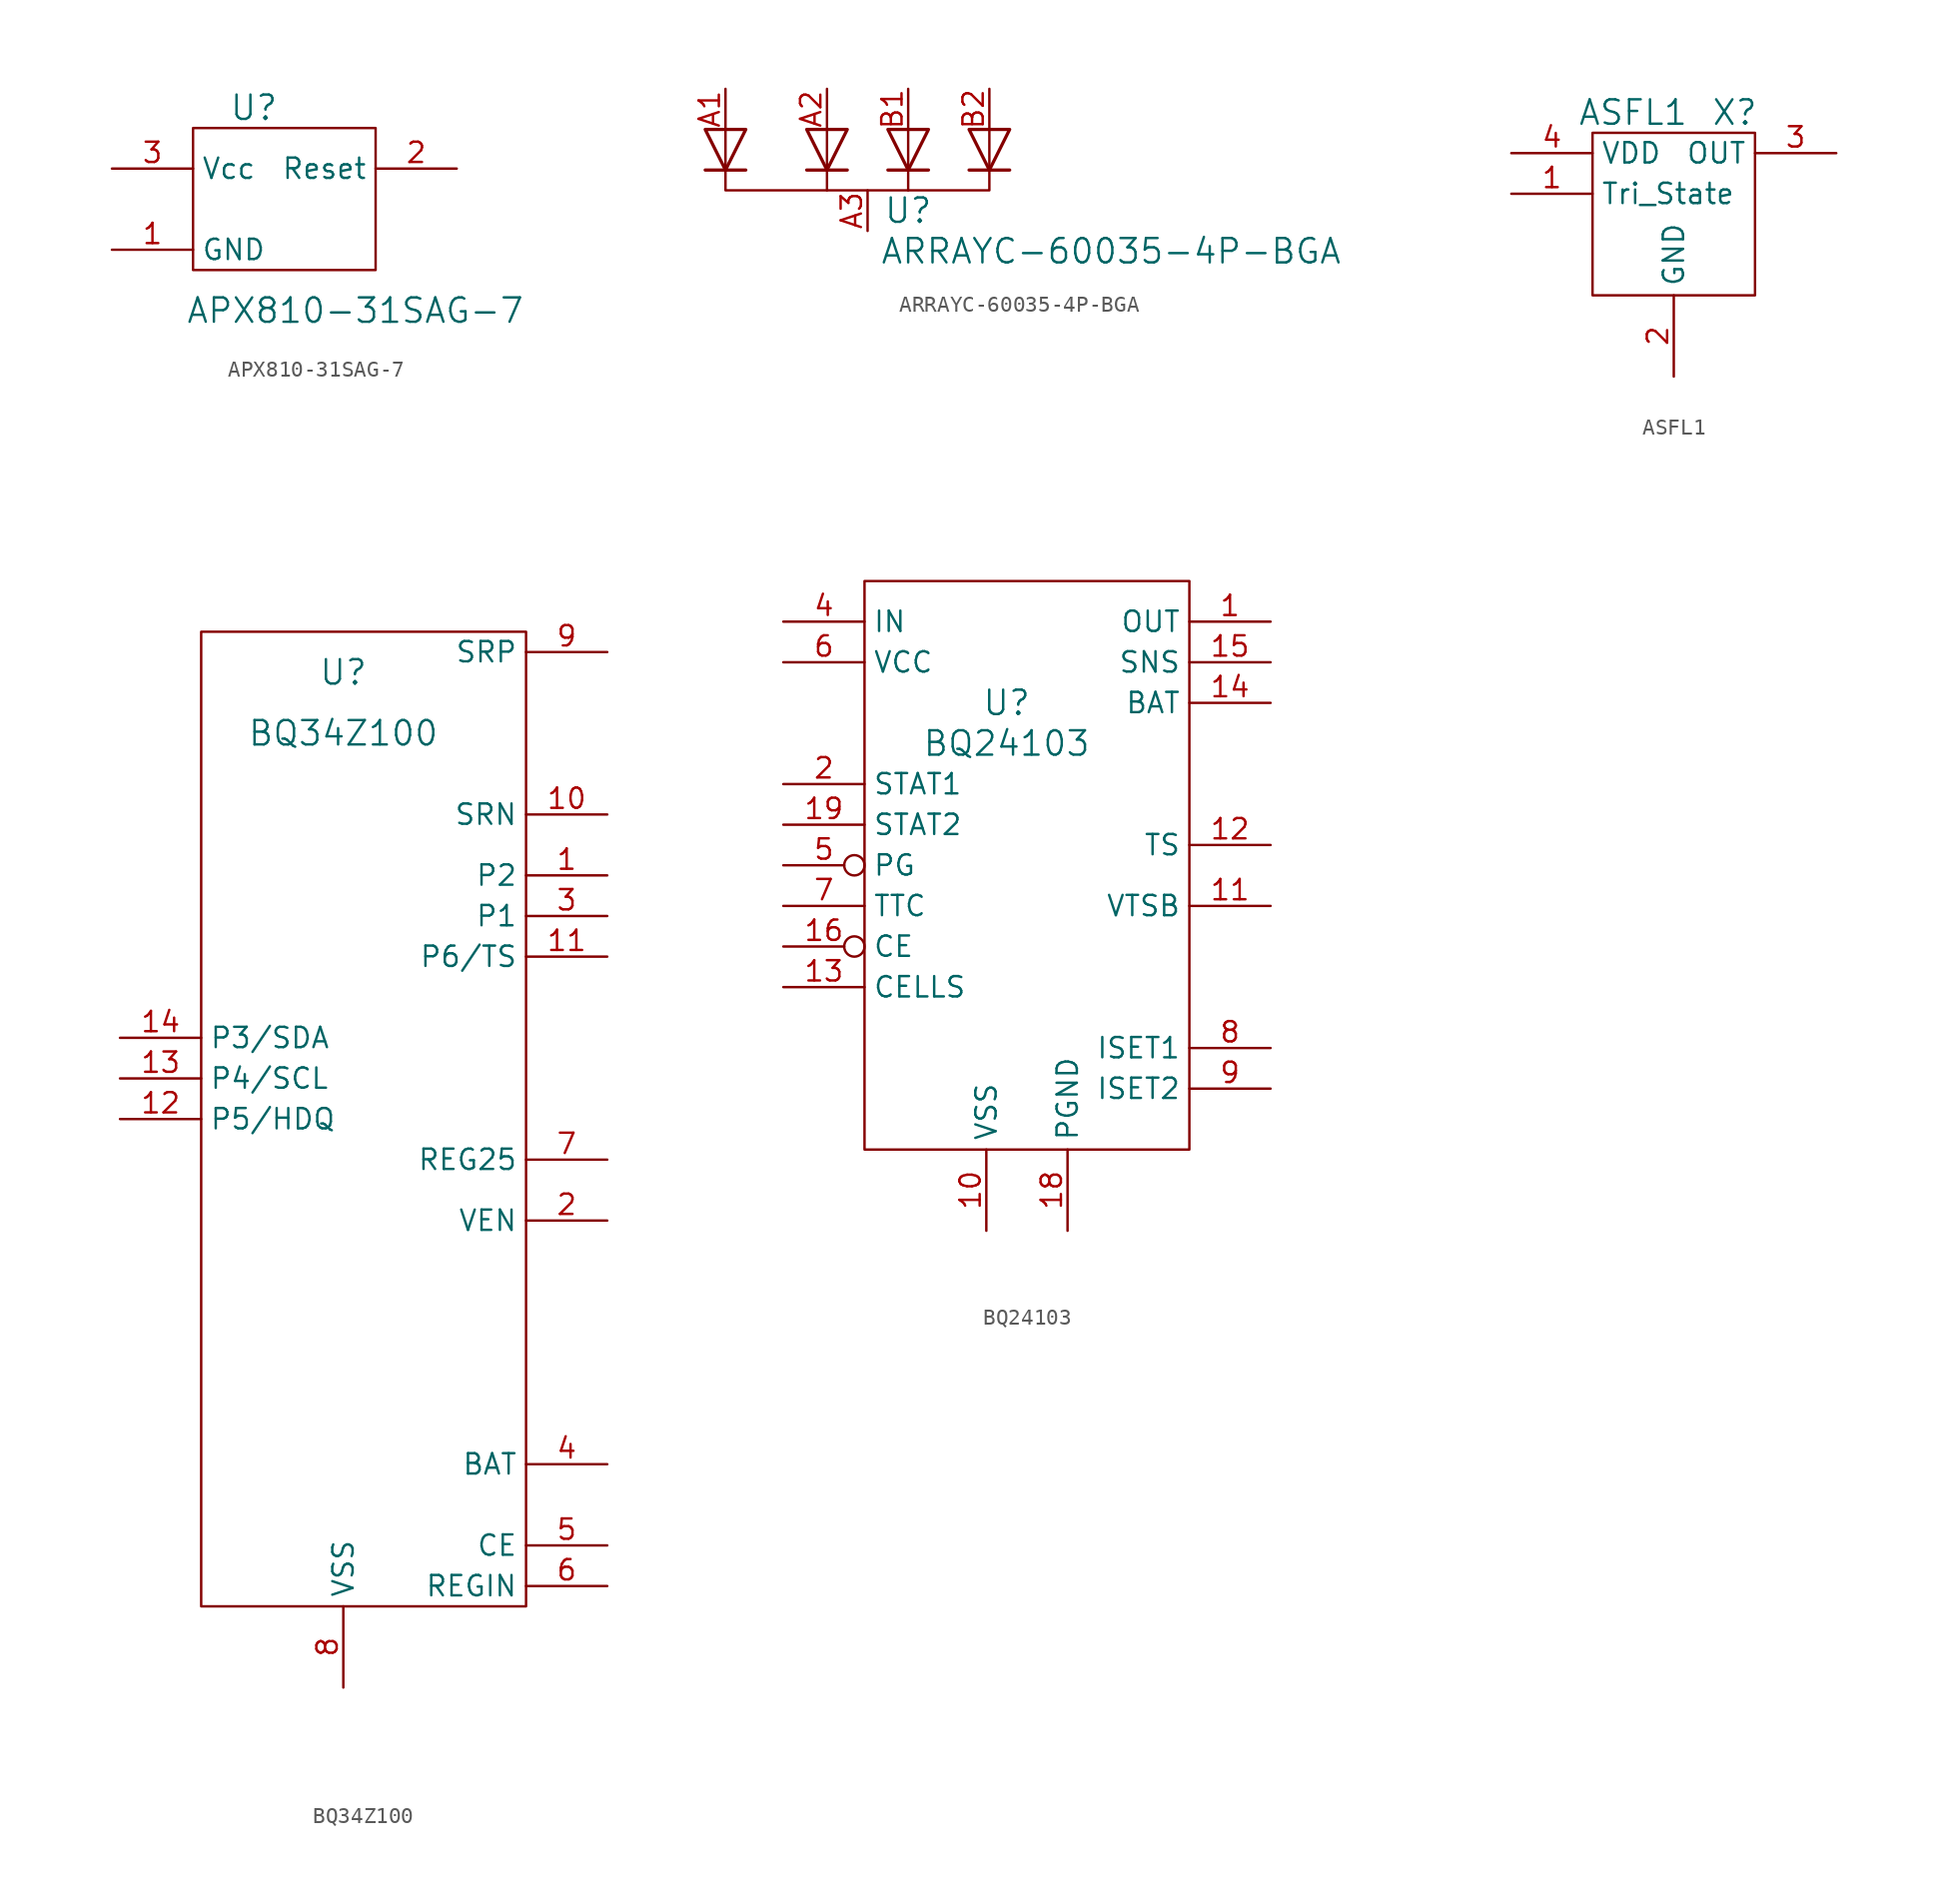
<source format=kicad_sym>
(kicad_symbol_lib
  (version 20220914)
  (generator kicad_symbol_editor)
  (symbol "APX810-31SAG-7"
    (property "Reference" "U"
      (at -1.27 5.08 0)
      (effects (font (size 1.524 1.524))))
    (property "Value" "APX810-31SAG-7"
      (at 5.08 -7.62 0)
      (effects (font (size 1.524 1.524))))
    (property "Footprint" ""
      (at 5.08 -1.27 0)
      (effects (font (size 1.524 1.524))))
    (property "Datasheet" ""
      (at 5.08 -1.27 0)
      (effects (font (size 1.524 1.524))))
    (symbol "APX810-31SAG-7_0_1"
      (rectangle (start -5.08 3.81) (end 6.35 -5.08) (stroke (width 0) (type default)) (fill (type none))))
    (symbol "APX810-31SAG-7_1_1"
      (pin unspecified line (at -10.16 -3.81 0) (length 5.08) (name "GND" (effects (font (size 1.27 1.27)))) (number "1" (effects (font (size 1.27 1.27)))))
      (pin bidirectional line (at 11.43 1.27 180) (length 5.08) (name "Reset" (effects (font (size 1.27 1.27)))) (number "2" (effects (font (size 1.27 1.27)))))
      (pin bidirectional line (at -10.16 1.27 0) (length 5.08) (name "Vcc" (effects (font (size 1.27 1.27)))) (number "3" (effects (font (size 1.27 1.27)))))))
  (symbol "ARRAYC-60035-4P-BGA"
    (property "Reference" "U"
      (at 2.54 -3.81 0)
      (effects (font (size 1.524 1.524))))
    (property "Value" "ARRAYC-60035-4P-BGA"
      (at 15.24 -6.35 0)
      (effects (font (size 1.524 1.524))))
    (symbol "ARRAYC-60035-4P-BGA_0_1"
      (polyline (pts (xy -2.54 -1.27) (xy -2.54 -2.54)) (stroke (width 0) (type default)) (fill (type none)))
      (polyline (pts (xy 2.54 -1.27) (xy 2.54 -2.54)) (stroke (width 0) (type default)) (fill (type none)))
      (polyline (pts (xy 7.62 -1.27) (xy 7.62 -2.54) (xy -8.89 -2.54) (xy -8.89 -1.27)) (stroke (width 0) (type default)) (fill (type none))))
    (symbol "ARRAYC-60035-4P-BGA_1_1"
      (polyline (pts (xy -10.16 -1.27) (xy -7.62 -1.27)) (stroke (width 0.203) (type default)) (fill (type none)))
      (polyline (pts (xy -8.89 1.27) (xy -8.89 -1.27)) (stroke (width 0) (type default)) (fill (type none)))
      (polyline (pts (xy -3.81 -1.27) (xy -1.27 -1.27)) (stroke (width 0.203) (type default)) (fill (type none)))
      (polyline (pts (xy -2.54 1.27) (xy -2.54 -1.27)) (stroke (width 0) (type default)) (fill (type none)))
      (polyline (pts (xy 1.27 -1.27) (xy 3.81 -1.27)) (stroke (width 0.203) (type default)) (fill (type none)))
      (polyline (pts (xy 2.54 1.27) (xy 2.54 -1.27)) (stroke (width 0) (type default)) (fill (type none)))
      (polyline (pts (xy 6.35 -1.27) (xy 8.89 -1.27)) (stroke (width 0.203) (type default)) (fill (type none)))
      (polyline (pts (xy 7.62 1.27) (xy 7.62 -1.27)) (stroke (width 0) (type default)) (fill (type none)))
      (polyline (pts (xy -10.16 1.27) (xy -7.62 1.27) (xy -8.89 -1.27) (xy -10.16 1.27)) (stroke (width 0.203) (type default)) (fill (type none)))
      (polyline (pts (xy -3.81 1.27) (xy -1.27 1.27) (xy -2.54 -1.27) (xy -3.81 1.27)) (stroke (width 0.203) (type default)) (fill (type none)))
      (polyline (pts (xy 1.27 1.27) (xy 3.81 1.27) (xy 2.54 -1.27) (xy 1.27 1.27)) (stroke (width 0.203) (type default)) (fill (type none)))
      (polyline (pts (xy 6.35 1.27) (xy 8.89 1.27) (xy 7.62 -1.27) (xy 6.35 1.27)) (stroke (width 0.203) (type default)) (fill (type none)))
      (pin passive line (at -8.89 3.81 270) (length 2.54) (name "~" (effects (font (size 1.27 1.27)))) (number "A1" (effects (font (size 1.27 1.27)))))
      (pin passive line (at -2.54 3.81 270) (length 2.54) (name "~" (effects (font (size 1.27 1.27)))) (number "A2" (effects (font (size 1.27 1.27)))))
      (pin passive line (at 0 -5.08 90) (length 2.54) (name "~" (effects (font (size 1.27 1.27)))) (number "A3" (effects (font (size 1.27 1.27)))))
      (pin passive line (at 2.54 3.81 270) (length 2.54) (name "~" (effects (font (size 1.27 1.27)))) (number "B1" (effects (font (size 1.27 1.27)))))
      (pin passive line (at 7.62 3.81 270) (length 2.54) (name "~" (effects (font (size 1.27 1.27)))) (number "B2" (effects (font (size 1.27 1.27)))))
      (pin passive line (at 0 -5.08 90) (length 2.54) hide (name "~" (effects (font (size 1.27 1.27)))) (number "B3" (effects (font (size 1.27 1.27)))))
      (pin passive line (at 0 -5.08 90) (length 2.54) hide (name "~" (effects (font (size 1.27 1.27)))) (number "C1" (effects (font (size 1.27 1.27)))))
      (pin passive line (at 0 -5.08 90) (length 2.54) hide (name "~" (effects (font (size 1.27 1.27)))) (number "C2" (effects (font (size 1.27 1.27)))))
      (pin passive line (at 0 -5.08 90) (length 2.54) hide (name "~" (effects (font (size 1.27 1.27)))) (number "C3" (effects (font (size 1.27 1.27)))))))
  (symbol "ASFL1"
    (property "Reference" "X"
      (at 3.81 5.08 0)
      (effects (font (size 1.524 1.524))))
    (property "Value" "ASFL1"
      (at -2.54 5.08 0)
      (effects (font (size 1.524 1.524))))
    (property "Footprint" ""
      (at -2.54 -3.81 0)
      (effects (font (size 1.524 1.524))))
    (property "Datasheet" ""
      (at -2.54 -3.81 0)
      (effects (font (size 1.524 1.524))))
    (symbol "ASFL1_0_1"
      (rectangle (start -5.08 3.81) (end 5.08 -6.35) (stroke (width 0) (type default)) (fill (type none))))
    (symbol "ASFL1_1_1"
      (pin passive line (at -10.16 0 0) (length 5.08) (name "Tri_State" (effects (font (size 1.27 1.27)))) (number "1" (effects (font (size 1.27 1.27)))))
      (pin passive line (at 0 -11.43 90) (length 5.08) (name "GND" (effects (font (size 1.27 1.27)))) (number "2" (effects (font (size 1.27 1.27)))))
      (pin output line (at 10.16 2.54 180) (length 5.08) (name "OUT" (effects (font (size 1.27 1.27)))) (number "3" (effects (font (size 1.27 1.27)))))
      (pin power_in line (at -10.16 2.54 0) (length 5.08) (name "VDD" (effects (font (size 1.27 1.27)))) (number "4" (effects (font (size 1.27 1.27)))))))
  (symbol "BQ34Z100"
    (property "Reference" "U"
      (at 0 13.97 0)
      (effects (font (size 1.524 1.524))))
    (property "Value" "BQ34Z100"
      (at 0 10.16 0)
      (effects (font (size 1.524 1.524))))
    (property "Footprint" ""
      (at 5.08 -1.27 0)
      (effects (font (size 1.524 1.524))))
    (property "Datasheet" ""
      (at 5.08 -1.27 0)
      (effects (font (size 1.524 1.524))))
    (symbol "BQ34Z100_0_1"
      (rectangle (start -8.89 16.51) (end 11.43 -44.45) (stroke (width 0) (type default)) (fill (type none))))
    (symbol "BQ34Z100_1_1"
      (pin unspecified line (at 16.51 1.27 180) (length 5.08) (name "P2" (effects (font (size 1.27 1.27)))) (number "1" (effects (font (size 1.27 1.27)))))
      (pin unspecified line (at 16.51 5.08 180) (length 5.08) (name "SRN" (effects (font (size 1.27 1.27)))) (number "10" (effects (font (size 1.27 1.27)))))
      (pin unspecified line (at 16.51 -3.81 180) (length 5.08) (name "P6/TS" (effects (font (size 1.27 1.27)))) (number "11" (effects (font (size 1.27 1.27)))))
      (pin unspecified line (at -13.97 -13.97 0) (length 5.08) (name "P5/HDQ" (effects (font (size 1.27 1.27)))) (number "12" (effects (font (size 1.27 1.27)))))
      (pin unspecified line (at -13.97 -11.43 0) (length 5.08) (name "P4/SCL" (effects (font (size 1.27 1.27)))) (number "13" (effects (font (size 1.27 1.27)))))
      (pin unspecified line (at -13.97 -8.89 0) (length 5.08) (name "P3/SDA" (effects (font (size 1.27 1.27)))) (number "14" (effects (font (size 1.27 1.27)))))
      (pin unspecified line (at 16.51 -20.32 180) (length 5.08) (name "VEN" (effects (font (size 1.27 1.27)))) (number "2" (effects (font (size 1.27 1.27)))))
      (pin unspecified line (at 16.51 -1.27 180) (length 5.08) (name "P1" (effects (font (size 1.27 1.27)))) (number "3" (effects (font (size 1.27 1.27)))))
      (pin unspecified line (at 16.51 -35.56 180) (length 5.08) (name "BAT" (effects (font (size 1.27 1.27)))) (number "4" (effects (font (size 1.27 1.27)))))
      (pin unspecified line (at 16.51 -40.64 180) (length 5.08) (name "CE" (effects (font (size 1.27 1.27)))) (number "5" (effects (font (size 1.27 1.27)))))
      (pin unspecified line (at 16.51 -43.18 180) (length 5.08) (name "REGIN" (effects (font (size 1.27 1.27)))) (number "6" (effects (font (size 1.27 1.27)))))
      (pin unspecified line (at 16.51 -16.51 180) (length 5.08) (name "REG25" (effects (font (size 1.27 1.27)))) (number "7" (effects (font (size 1.27 1.27)))))
      (pin unspecified line (at 0 -49.53 90) (length 5.08) (name "VSS" (effects (font (size 1.27 1.27)))) (number "8" (effects (font (size 1.27 1.27)))))
      (pin unspecified line (at 16.51 15.24 180) (length 5.08) (name "SRP" (effects (font (size 1.27 1.27)))) (number "9" (effects (font (size 1.27 1.27)))))))
  (symbol "BQ24103"
    (property "Reference" "U"
      (at 0 10.16 0)
      (effects (font (size 1.524 1.524))))
    (property "Value" "BQ24103"
      (at 0 7.62 0)
      (effects (font (size 1.524 1.524))))
    (property "Footprint" ""
      (at 5.08 -1.27 0)
      (effects (font (size 1.524 1.524))))
    (property "Datasheet" ""
      (at 5.08 -1.27 0)
      (effects (font (size 1.524 1.524))))
    (symbol "BQ24103_0_1"
      (rectangle (start -8.89 17.78) (end 11.43 -17.78) (stroke (width 0) (type default)) (fill (type none))))
    (symbol "BQ24103_1_1"
      (pin unspecified line (at 16.51 15.24 180) (length 5.08) (name "OUT" (effects (font (size 1.27 1.27)))) (number "1" (effects (font (size 1.27 1.27)))))
      (pin unspecified line (at -1.27 -22.86 90) (length 5.08) (name "VSS" (effects (font (size 1.27 1.27)))) (number "10" (effects (font (size 1.27 1.27)))))
      (pin unspecified line (at 16.51 -2.54 180) (length 5.08) (name "VTSB" (effects (font (size 1.27 1.27)))) (number "11" (effects (font (size 1.27 1.27)))))
      (pin unspecified line (at 16.51 1.27 180) (length 5.08) (name "TS" (effects (font (size 1.27 1.27)))) (number "12" (effects (font (size 1.27 1.27)))))
      (pin unspecified line (at -13.97 -7.62 0) (length 5.08) (name "CELLS" (effects (font (size 1.27 1.27)))) (number "13" (effects (font (size 1.27 1.27)))))
      (pin unspecified line (at 16.51 10.16 180) (length 5.08) (name "BAT" (effects (font (size 1.27 1.27)))) (number "14" (effects (font (size 1.27 1.27)))))
      (pin unspecified line (at 16.51 12.7 180) (length 5.08) (name "SNS" (effects (font (size 1.27 1.27)))) (number "15" (effects (font (size 1.27 1.27)))))
      (pin unspecified inverted (at -13.97 -5.08 0) (length 5.08) (name "CE" (effects (font (size 1.27 1.27)))) (number "16" (effects (font (size 1.27 1.27)))))
      (pin unspecified line (at 3.81 -22.86 90) (length 5.08) hide (name "PGND" (effects (font (size 1.27 1.27)))) (number "17" (effects (font (size 1.27 1.27)))))
      (pin unspecified line (at 3.81 -22.86 90) (length 5.08) (name "PGND" (effects (font (size 1.27 1.27)))) (number "18" (effects (font (size 1.27 1.27)))))
      (pin unspecified line (at -13.97 2.54 0) (length 5.08) (name "STAT2" (effects (font (size 1.27 1.27)))) (number "19" (effects (font (size 1.27 1.27)))))
      (pin unspecified line (at -13.97 5.08 0) (length 5.08) (name "STAT1" (effects (font (size 1.27 1.27)))) (number "2" (effects (font (size 1.27 1.27)))))
      (pin unspecified line (at 16.51 15.24 180) (length 5.08) hide (name "OUT" (effects (font (size 1.27 1.27)))) (number "20" (effects (font (size 1.27 1.27)))))
      (pin unspecified line (at 3.81 -22.86 90) (length 5.08) hide (name "pgnd" (effects (font (size 1.27 1.27)))) (number "21" (effects (font (size 1.27 1.27)))))
      (pin unspecified line (at -13.97 15.24 0) (length 5.08) hide (name "IN" (effects (font (size 1.27 1.27)))) (number "3" (effects (font (size 1.27 1.27)))))
      (pin unspecified line (at -13.97 15.24 0) (length 5.08) (name "IN" (effects (font (size 1.27 1.27)))) (number "4" (effects (font (size 1.27 1.27)))))
      (pin unspecified inverted (at -13.97 0 0) (length 5.08) (name "PG" (effects (font (size 1.27 1.27)))) (number "5" (effects (font (size 1.27 1.27)))))
      (pin unspecified line (at -13.97 12.7 0) (length 5.08) (name "VCC" (effects (font (size 1.27 1.27)))) (number "6" (effects (font (size 1.27 1.27)))))
      (pin unspecified line (at -13.97 -2.54 0) (length 5.08) (name "TTC" (effects (font (size 1.27 1.27)))) (number "7" (effects (font (size 1.27 1.27)))))
      (pin unspecified line (at 16.51 -11.43 180) (length 5.08) (name "ISET1" (effects (font (size 1.27 1.27)))) (number "8" (effects (font (size 1.27 1.27)))))
      (pin unspecified line (at 16.51 -13.97 180) (length 5.08) (name "ISET2" (effects (font (size 1.27 1.27)))) (number "9" (effects (font (size 1.27 1.27))))))))
</source>
